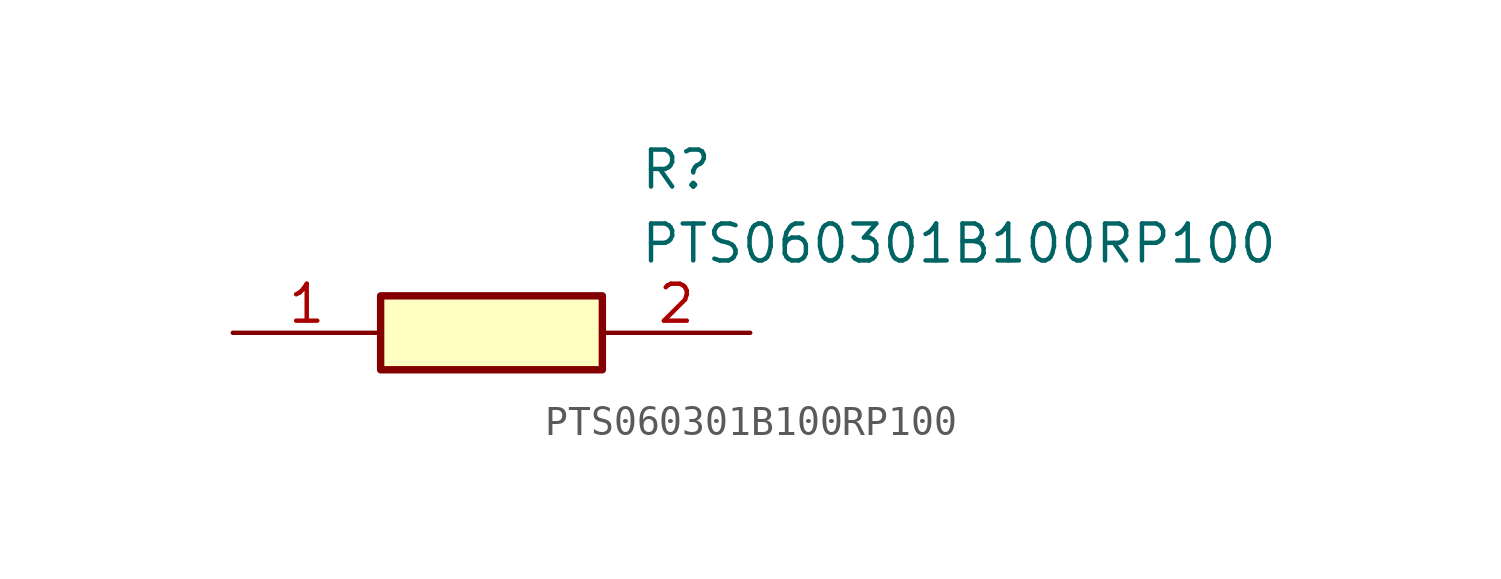
<source format=kicad_sym>
(kicad_symbol_lib
  (version 20211014)
  (generator SamacSys_ECAD_Model)
  (symbol "PTS060301B100RP100"
    (pin_names hide)
    (property "Reference" "R"
      (at 13.97 6.35 0)
      (effects (font (size 1.27 1.27)) (justify left top)))
    (property "Value" "PTS060301B100RP100"
      (at 13.97 3.81 0)
      (effects (font (size 1.27 1.27)) (justify left top)))
    (rectangle
      (start 5.08 1.27)
      (end 12.7 -1.27)
      (stroke (width 0.254) (type default))
      (fill (type background)))
    (pin passive line
      (at 0 0 0)
      (length 5.08)
      (name "1" (effects (font (size 1.27 1.27))))
      (number "1" (effects (font (size 1.27 1.27)))))
    (pin passive line
      (at 17.78 0 180)
      (length 5.08)
      (name "2" (effects (font (size 1.27 1.27))))
      (number "2" (effects (font (size 1.27 1.27)))))))
</source>
